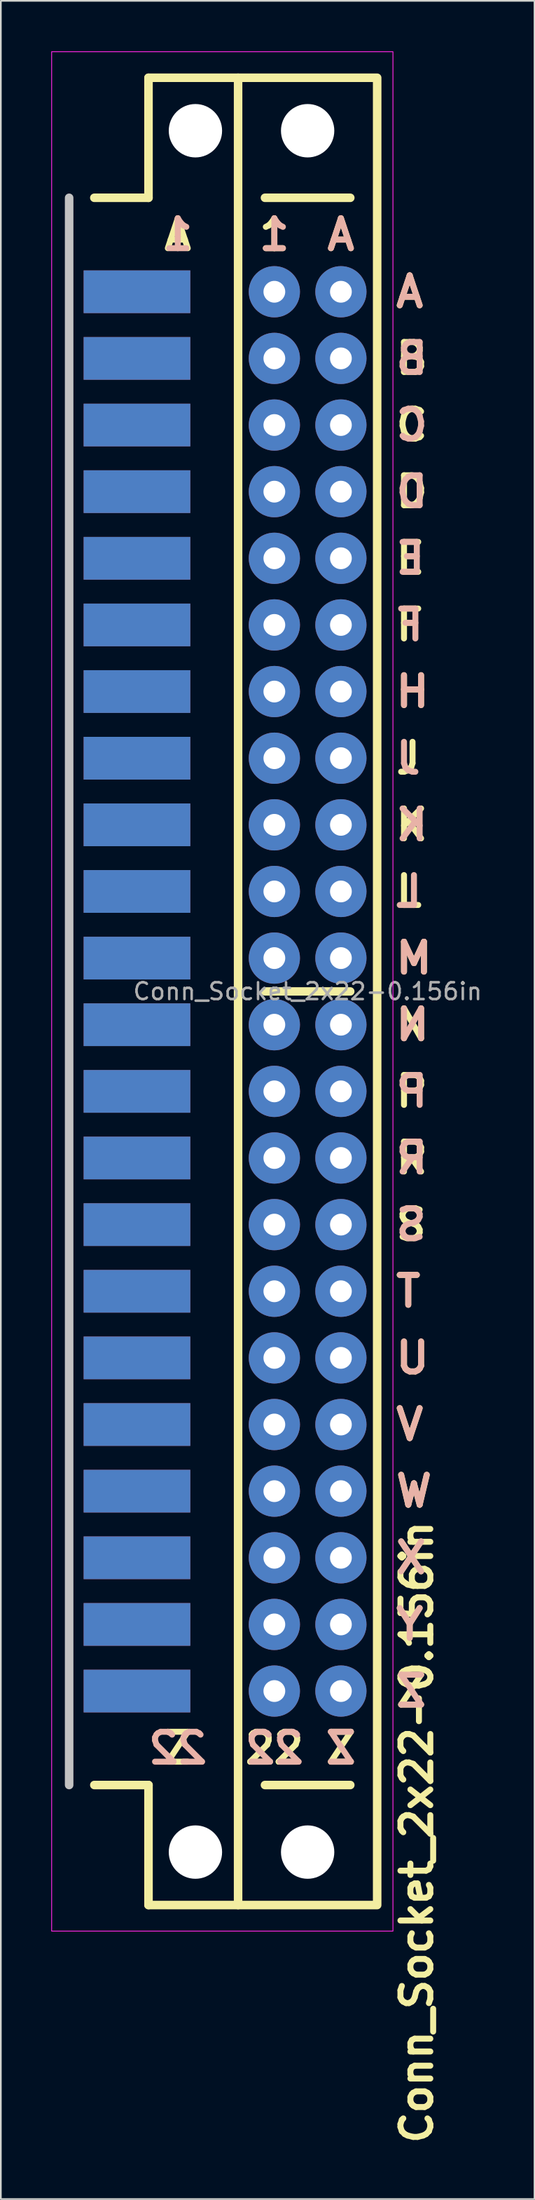
<source format=kicad_pcb>
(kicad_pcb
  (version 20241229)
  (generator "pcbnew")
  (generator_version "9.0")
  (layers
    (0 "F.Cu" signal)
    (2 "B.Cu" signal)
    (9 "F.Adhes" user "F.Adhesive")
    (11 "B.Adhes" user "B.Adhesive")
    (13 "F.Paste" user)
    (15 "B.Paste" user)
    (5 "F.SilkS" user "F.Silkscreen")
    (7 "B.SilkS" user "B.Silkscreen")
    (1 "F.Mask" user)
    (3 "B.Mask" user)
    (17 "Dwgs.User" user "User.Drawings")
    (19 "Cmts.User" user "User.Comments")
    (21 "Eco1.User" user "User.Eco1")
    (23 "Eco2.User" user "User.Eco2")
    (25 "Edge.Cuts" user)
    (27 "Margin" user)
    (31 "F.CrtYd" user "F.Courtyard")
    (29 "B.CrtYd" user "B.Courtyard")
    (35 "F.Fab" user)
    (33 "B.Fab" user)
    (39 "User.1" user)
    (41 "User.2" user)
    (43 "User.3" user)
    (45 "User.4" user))
  (footprint "Conn_Socket_2x22-0.156in"
    (layer "F.Cu")
    (at 15.265 55.905)
    (property "Reference" "Conn_Socket_2x22-0.156in" (at 6.5 50 90) (unlocked yes) (layer "F.SilkS") (effects (font (size 1.778 1.778) (thickness 0.356) (bold yes))))
    (attr through_hole)
    (fp_line (start -9.474 -54.331) (end -9.474 -47.193) (stroke (width 0.508) (type default)) (layer "F.SilkS"))
    (fp_line (start -9.474 -54.331) (end -4.14 -54.331) (stroke (width 0.508) (type default)) (layer "F.SilkS"))
    (fp_line (start -9.474 -47.193) (end -12.7 -47.193) (stroke (width 0.508) (type default)) (layer "F.SilkS"))
    (fp_line (start -9.474 47.193) (end -12.7 47.193) (stroke (width 0.508) (type default)) (layer "F.SilkS"))
    (fp_line (start -9.474 54.331) (end -9.474 47.193) (stroke (width 0.508) (type default)) (layer "F.SilkS"))
    (fp_line (start -4.14 54.331) (end -9.474 54.331) (stroke (width 0.508) (type default)) (layer "F.SilkS"))
    (fp_line (start -2.54 -47.193) (end 2.54 -47.193) (stroke (width 0.508) (type default)) (layer "F.SilkS"))
    (fp_line (start -2.54 0) (end 2.54 0) (stroke (width 0.5) (type default)) (layer "F.SilkS"))
    (fp_line (start -2.54 47.193) (end 2.54 47.193) (stroke (width 0.508) (type default)) (layer "F.SilkS"))
    (fp_rect (start -4.14 -54.331) (end 4.14 54.331) (stroke (width 0.508) (type default)) (fill no) (layer "F.SilkS"))
    (fp_line (start -14.199 -47.193) (end -14.199 47.193) (stroke (width 0.508) (type default)) (layer "Dwgs.User"))
    (fp_rect (start -15.24 -55.88) (end 5.08 55.88) (stroke (width 0.05) (type default)) (fill no) (layer "F.CrtYd"))
    (fp_text user "U" (at 5.08 21.793 0) (unlocked yes) (layer "F.SilkS") (effects (font (size 1.778 1.778) (thickness 0.356) (bold yes)) (justify left)))
    (fp_text user "A" (at -7.73 -45 0) (unlocked yes) (layer "F.SilkS") (effects (font (size 1.778 1.778) (thickness 0.356) (bold yes))))
    (fp_text user "C" (at 5.08 -33.68 0) (unlocked yes) (layer "F.SilkS") (effects (font (size 1.778 1.778) (thickness 0.356) (bold yes)) (justify left)))
    (fp_text user "F" (at 5.08 -21.793 0) (unlocked yes) (layer "F.SilkS") (effects (font (size 1.778 1.778) (thickness 0.356) (bold yes)) (justify left)))
    (fp_text user "L" (at 5.08 -5.944 0) (unlocked yes) (layer "F.SilkS") (effects (font (size 1.778 1.778) (thickness 0.356) (bold yes)) (justify left)))
    (fp_text user "X" (at 5.08 33.68 0) (unlocked yes) (layer "F.SilkS") (effects (font (size 1.778 1.778) (thickness 0.356) (bold yes)) (justify left)))
    (fp_text user "B" (at 5.08 -37.643 0) (unlocked yes) (layer "F.SilkS") (effects (font (size 1.778 1.778) (thickness 0.356) (bold yes)) (justify left)))
    (fp_text user "S" (at 5.08 13.868 0) (unlocked yes) (layer "F.SilkS") (effects (font (size 1.778 1.778) (thickness 0.356) (bold yes)) (justify left)))
    (fp_text user "A" (at 5.08 -41.605 0) (unlocked yes) (layer "F.SilkS") (effects (font (size 1.778 1.778) (thickness 0.356) (bold yes)) (justify left)))
    (fp_text user "Z" (at -7.73 45 0) (unlocked yes) (layer "F.SilkS") (effects (font (size 1.778 1.778) (thickness 0.356) (bold yes))))
    (fp_text user "W" (at 5.08 29.718 0) (unlocked yes) (layer "F.SilkS") (effects (font (size 1.778 1.778) (thickness 0.356) (bold yes)) (justify left)))
    (fp_text user "Z" (at 1.981 45 0) (unlocked yes) (layer "F.SilkS") (effects (font (size 1.778 1.778) (thickness 0.356) (bold yes))))
    (fp_text user "1" (at -1.981 -45 0) (unlocked yes) (layer "F.SilkS") (effects (font (size 1.778 1.778) (thickness 0.356) (bold yes))))
    (fp_text user "22" (at -1.981 45 0) (unlocked yes) (layer "F.SilkS") (effects (font (size 1.778 1.778) (thickness 0.356) (bold yes))))
    (fp_text user "R" (at 5.08 9.906 0) (unlocked yes) (layer "F.SilkS") (effects (font (size 1.778 1.778) (thickness 0.356) (bold yes)) (justify left)))
    (fp_text user "Z" (at 5.08 41.605 0) (unlocked yes) (layer "F.SilkS") (effects (font (size 1.778 1.778) (thickness 0.356) (bold yes)) (justify left)))
    (fp_text user "A" (at 1.981 -45 0) (unlocked yes) (layer "F.SilkS") (effects (font (size 1.778 1.778) (thickness 0.356) (bold yes))))
    (fp_text user "M" (at 5.08 -1.981 0) (unlocked yes) (layer "F.SilkS") (effects (font (size 1.778 1.778) (thickness 0.356) (bold yes)) (justify left)))
    (fp_text user "E" (at 5.08 -25.756 0) (unlocked yes) (layer "F.SilkS") (effects (font (size 1.778 1.778) (thickness 0.356) (bold yes)) (justify left)))
    (fp_text user "Y" (at 5.08 37.643 0) (unlocked yes) (layer "F.SilkS") (effects (font (size 1.778 1.778) (thickness 0.356) (bold yes)) (justify left)))
    (fp_text user "T" (at 5.08 17.831 0) (unlocked yes) (layer "F.SilkS") (effects (font (size 1.778 1.778) (thickness 0.356) (bold yes)) (justify left)))
    (fp_text user "K" (at 5.08 -9.906 0) (unlocked yes) (layer "F.SilkS") (effects (font (size 1.778 1.778) (thickness 0.356) (bold yes)) (justify left)))
    (fp_text user "J" (at 5.08 -13.868 0) (unlocked yes) (layer "F.SilkS") (effects (font (size 1.778 1.778) (thickness 0.356) (bold yes)) (justify left)))
    (fp_text user "P" (at 5.08 5.944 0) (unlocked yes) (layer "F.SilkS") (effects (font (size 1.778 1.778) (thickness 0.356) (bold yes)) (justify left)))
    (fp_text user "N" (at 5.08 1.981 0) (unlocked yes) (layer "F.SilkS") (effects (font (size 1.778 1.778) (thickness 0.356) (bold yes)) (justify left)))
    (fp_text user "H" (at 5.08 -17.831 0) (unlocked yes) (layer "F.SilkS") (effects (font (size 1.778 1.778) (thickness 0.356) (bold yes)) (justify left)))
    (fp_text user "D" (at 5.08 -29.718 0) (unlocked yes) (layer "F.SilkS") (effects (font (size 1.778 1.778) (thickness 0.356) (bold yes)) (justify left)))
    (fp_text user "V" (at 5.08 25.756 0) (unlocked yes) (layer "F.SilkS") (effects (font (size 1.778 1.778) (thickness 0.356) (bold yes)) (justify left)))
    (fp_text user "B" (at 5.08 -37.643 0) (unlocked yes) (layer "B.SilkS") (effects (font (size 1.778 1.778) (thickness 0.356) (bold yes)) (justify right mirror)))
    (fp_text user "M" (at 5.08 -1.981 0) (unlocked yes) (layer "B.SilkS") (effects (font (size 1.778 1.778) (thickness 0.356) (bold yes)) (justify right mirror)))
    (fp_text user "W" (at 5.08 29.718 0) (unlocked yes) (layer "B.SilkS") (effects (font (size 1.778 1.778) (thickness 0.356) (bold yes)) (justify right mirror)))
    (fp_text user "P" (at 5.08 5.944 0) (unlocked yes) (layer "B.SilkS") (effects (font (size 1.778 1.778) (thickness 0.356) (bold yes)) (justify right mirror)))
    (fp_text user "A" (at 1.981 -45 0) (unlocked yes) (layer "B.SilkS") (effects (font (size 1.778 1.778) (thickness 0.356) (bold yes)) (justify mirror)))
    (fp_text user "H" (at 5.08 -17.831 0) (unlocked yes) (layer "B.SilkS") (effects (font (size 1.778 1.778) (thickness 0.356) (bold yes)) (justify right mirror)))
    (fp_text user "C" (at 5.08 -33.68 0) (unlocked yes) (layer "B.SilkS") (effects (font (size 1.778 1.778) (thickness 0.356) (bold yes)) (justify right mirror)))
    (fp_text user "Z" (at 5.08 41.605 0) (unlocked yes) (layer "B.SilkS") (effects (font (size 1.778 1.778) (thickness 0.356) (bold yes)) (justify right mirror)))
    (fp_text user "1" (at -1.981 -45 0) (unlocked yes) (layer "B.SilkS") (effects (font (size 1.778 1.778) (thickness 0.356) (bold yes)) (justify mirror)))
    (fp_text user "X" (at 5.08 33.68 0) (unlocked yes) (layer "B.SilkS") (effects (font (size 1.778 1.778) (thickness 0.356) (bold yes)) (justify right mirror)))
    (fp_text user "Y" (at 5.08 37.643 0) (unlocked yes) (layer "B.SilkS") (effects (font (size 1.778 1.778) (thickness 0.356) (bold yes)) (justify right mirror)))
    (fp_text user "J" (at 5.08 -13.868 0) (unlocked yes) (layer "B.SilkS") (effects (font (size 1.778 1.778) (thickness 0.356) (bold yes)) (justify right mirror)))
    (fp_text user "U" (at 5.08 21.793 0) (unlocked yes) (layer "B.SilkS") (effects (font (size 1.778 1.778) (thickness 0.356) (bold yes)) (justify right mirror)))
    (fp_text user "R" (at 5.08 9.906 0) (unlocked yes) (layer "B.SilkS") (effects (font (size 1.778 1.778) (thickness 0.356) (bold yes)) (justify right mirror)))
    (fp_text user "L" (at 5.08 -5.944 0) (unlocked yes) (layer "B.SilkS") (effects (font (size 1.778 1.778) (thickness 0.356) (bold yes)) (justify right mirror)))
    (fp_text user "D" (at 5.08 -29.718 0) (unlocked yes) (layer "B.SilkS") (effects (font (size 1.778 1.778) (thickness 0.356) (bold yes)) (justify right mirror)))
    (fp_text user "S" (at 5.08 13.868 0) (unlocked yes) (layer "B.SilkS") (effects (font (size 1.778 1.778) (thickness 0.356) (bold yes)) (justify right mirror)))
    (fp_text user "F" (at 5.08 -21.793 0) (unlocked yes) (layer "B.SilkS") (effects (font (size 1.778 1.778) (thickness 0.356) (bold yes)) (justify right mirror)))
    (fp_text user "Z" (at 1.981 45 0) (unlocked yes) (layer "B.SilkS") (effects (font (size 1.778 1.778) (thickness 0.356) (bold yes)) (justify mirror)))
    (fp_text user "K" (at 5.08 -9.906 0) (unlocked yes) (layer "B.SilkS") (effects (font (size 1.778 1.778) (thickness 0.356) (bold yes)) (justify right mirror)))
    (fp_text user "T" (at 5.08 17.831 0) (unlocked yes) (layer "B.SilkS") (effects (font (size 1.778 1.778) (thickness 0.356) (bold yes)) (justify right mirror)))
    (fp_text user "22" (at -7.73 45 0) (unlocked yes) (layer "B.SilkS") (effects (font (size 1.778 1.778) (thickness 0.356) (bold yes)) (justify mirror)))
    (fp_text user "N" (at 5.08 1.981 0) (unlocked yes) (layer "B.SilkS") (effects (font (size 1.778 1.778) (thickness 0.356) (bold yes)) (justify right mirror)))
    (fp_text user "A" (at 5.08 -41.605 0) (unlocked yes) (layer "B.SilkS") (effects (font (size 1.778 1.778) (thickness 0.356) (bold yes)) (justify right mirror)))
    (fp_text user "E" (at 5.08 -25.756 0) (unlocked yes) (layer "B.SilkS") (effects (font (size 1.778 1.778) (thickness 0.356) (bold yes)) (justify right mirror)))
    (fp_text user "V" (at 5.08 25.756 0) (unlocked yes) (layer "B.SilkS") (effects (font (size 1.778 1.778) (thickness 0.356) (bold yes)) (justify right mirror)))
    (fp_text user "1" (at -7.73 -45 0) (unlocked yes) (layer "B.SilkS") (effects (font (size 1.778 1.778) (thickness 0.356) (bold yes)) (justify mirror)))
    (fp_text user "22" (at -1.981 45 0) (unlocked yes) (layer "B.SilkS") (effects (font (size 1.778 1.778) (thickness 0.356) (bold yes)) (justify mirror)))
    (fp_text user "${REFERENCE}" (at 0 0 0) (unlocked yes) (layer "F.Fab") (effects (font (size 1 1) (thickness 0.15))))
    (pad "" np_thru_hole circle (at -6.68 -51.181) (size 3.175 3.175) (drill 3.175) (layers "*.Cu" "*.Mask"))
    (pad "" np_thru_hole circle (at -6.68 51.181) (size 3.175 3.175) (drill 3.175) (layers "*.Cu" "*.Mask"))
    (pad "" np_thru_hole circle (at 0 -51.181) (size 3.175 3.175) (drill 3.175) (layers "*.Cu" "*.Mask"))
    (pad "" np_thru_hole circle (at 0 51.181) (size 3.175 3.175) (drill 3.175) (layers "*.Cu" "*.Mask"))
    (pad "1" connect rect (at -10.16 -41.605) (size 6.35 2.54) (layers "B.Cu" "B.Mask"))
    (pad "1" thru_hole circle (at -1.981 -41.605) (size 3.048 3.048) (drill 1.295) (layers "*.Cu" "*.Mask"))
    (pad "2" connect rect (at -10.16 -37.643) (size 6.35 2.54) (layers "B.Cu" "B.Mask"))
    (pad "2" thru_hole circle (at -1.981 -37.643) (size 3.048 3.048) (drill 1.295) (layers "*.Cu" "*.Mask"))
    (pad "3" connect rect (at -10.16 -33.68) (size 6.35 2.54) (layers "B.Cu" "B.Mask"))
    (pad "3" thru_hole circle (at -1.981 -33.68) (size 3.048 3.048) (drill 1.295) (layers "*.Cu" "*.Mask"))
    (pad "4" connect rect (at -10.16 -29.718) (size 6.35 2.54) (layers "B.Cu" "B.Mask"))
    (pad "4" thru_hole circle (at -1.981 -29.718) (size 3.048 3.048) (drill 1.295) (layers "*.Cu" "*.Mask"))
    (pad "5" connect rect (at -10.16 -25.756) (size 6.35 2.54) (layers "B.Cu" "B.Mask"))
    (pad "5" thru_hole circle (at -1.981 -25.756) (size 3.048 3.048) (drill 1.295) (layers "*.Cu" "*.Mask"))
    (pad "6" connect rect (at -10.16 -21.793) (size 6.35 2.54) (layers "B.Cu" "B.Mask"))
    (pad "6" thru_hole circle (at -1.981 -21.793) (size 3.048 3.048) (drill 1.295) (layers "*.Cu" "*.Mask"))
    (pad "7" connect rect (at -10.16 -17.831) (size 6.35 2.54) (layers "B.Cu" "B.Mask"))
    (pad "7" thru_hole circle (at -1.981 -17.831) (size 3.048 3.048) (drill 1.295) (layers "*.Cu" "*.Mask"))
    (pad "8" connect rect (at -10.16 -13.868) (size 6.35 2.54) (layers "B.Cu" "B.Mask"))
    (pad "8" thru_hole circle (at -1.981 -13.868) (size 3.048 3.048) (drill 1.295) (layers "*.Cu" "*.Mask"))
    (pad "9" connect rect (at -10.16 -9.906) (size 6.35 2.54) (layers "B.Cu" "B.Mask"))
    (pad "9" thru_hole circle (at -1.981 -9.906) (size 3.048 3.048) (drill 1.295) (layers "*.Cu" "*.Mask"))
    (pad "10" connect rect (at -10.16 -5.944) (size 6.35 2.54) (layers "B.Cu" "B.Mask"))
    (pad "10" thru_hole circle (at -1.981 -5.944) (size 3.048 3.048) (drill 1.295) (layers "*.Cu" "*.Mask"))
    (pad "11" connect rect (at -10.16 -1.981) (size 6.35 2.54) (layers "B.Cu" "B.Mask"))
    (pad "11" thru_hole circle (at -1.981 -1.981) (size 3.048 3.048) (drill 1.295) (layers "*.Cu" "*.Mask"))
    (pad "12" connect rect (at -10.16 1.981) (size 6.35 2.54) (layers "B.Cu" "B.Mask"))
    (pad "12" thru_hole circle (at -1.981 1.981) (size 3.048 3.048) (drill 1.295) (layers "*.Cu" "*.Mask"))
    (pad "13" connect rect (at -10.16 5.944) (size 6.35 2.54) (layers "B.Cu" "B.Mask"))
    (pad "13" thru_hole circle (at -1.981 5.944) (size 3.048 3.048) (drill 1.295) (layers "*.Cu" "*.Mask"))
    (pad "14" connect rect (at -10.16 9.906) (size 6.35 2.54) (layers "B.Cu" "B.Mask"))
    (pad "14" thru_hole circle (at -1.981 9.906) (size 3.048 3.048) (drill 1.295) (layers "*.Cu" "*.Mask"))
    (pad "15" connect rect (at -10.16 13.868) (size 6.35 2.54) (layers "B.Cu" "B.Mask"))
    (pad "15" thru_hole circle (at -1.981 13.868) (size 3.048 3.048) (drill 1.295) (layers "*.Cu" "*.Mask"))
    (pad "16" connect rect (at -10.16 17.831) (size 6.35 2.54) (layers "B.Cu" "B.Mask"))
    (pad "16" thru_hole circle (at -1.981 17.831) (size 3.048 3.048) (drill 1.295) (layers "*.Cu" "*.Mask"))
    (pad "17" connect rect (at -10.16 21.793) (size 6.35 2.54) (layers "B.Cu" "B.Mask"))
    (pad "17" thru_hole circle (at -1.981 21.793) (size 3.048 3.048) (drill 1.295) (layers "*.Cu" "*.Mask"))
    (pad "18" connect rect (at -10.16 25.756) (size 6.35 2.54) (layers "B.Cu" "B.Mask"))
    (pad "18" thru_hole circle (at -1.981 25.756) (size 3.048 3.048) (drill 1.295) (layers "*.Cu" "*.Mask"))
    (pad "19" connect rect (at -10.16 29.718) (size 6.35 2.54) (layers "B.Cu" "B.Mask"))
    (pad "19" thru_hole circle (at -1.981 29.718) (size 3.048 3.048) (drill 1.295) (layers "*.Cu" "*.Mask"))
    (pad "20" connect rect (at -10.16 33.68) (size 6.35 2.54) (layers "B.Cu" "B.Mask"))
    (pad "20" thru_hole circle (at -1.981 33.68) (size 3.048 3.048) (drill 1.295) (layers "*.Cu" "*.Mask"))
    (pad "21" connect rect (at -10.16 37.643) (size 6.35 2.54) (layers "B.Cu" "B.Mask"))
    (pad "21" thru_hole circle (at -1.981 37.643) (size 3.048 3.048) (drill 1.295) (layers "*.Cu" "*.Mask"))
    (pad "22" connect rect (at -10.16 41.605) (size 6.35 2.54) (layers "B.Cu" "B.Mask"))
    (pad "22" thru_hole circle (at -1.981 41.605) (size 3.048 3.048) (drill 1.295) (layers "*.Cu" "*.Mask"))
    (pad "A" connect rect (at -10.16 -41.605) (size 6.35 2.54) (layers "F.Cu" "F.Mask"))
    (pad "A" thru_hole circle (at 1.981 -41.605) (size 3.048 3.048) (drill 1.295) (layers "*.Cu" "*.Mask"))
    (pad "B" connect rect (at -10.16 -37.643) (size 6.35 2.54) (layers "F.Cu" "F.Mask"))
    (pad "B" thru_hole circle (at 1.981 -37.643) (size 3.048 3.048) (drill 1.295) (layers "*.Cu" "*.Mask"))
    (pad "C" connect rect (at -10.16 -33.68) (size 6.35 2.54) (layers "F.Cu" "F.Mask"))
    (pad "C" thru_hole circle (at 1.981 -33.68) (size 3.048 3.048) (drill 1.295) (layers "*.Cu" "*.Mask"))
    (pad "D" connect rect (at -10.16 -29.718) (size 6.35 2.54) (layers "F.Cu" "F.Mask"))
    (pad "D" thru_hole circle (at 1.981 -29.718) (size 3.048 3.048) (drill 1.295) (layers "*.Cu" "*.Mask"))
    (pad "E" connect rect (at -10.16 -25.756) (size 6.35 2.54) (layers "F.Cu" "F.Mask"))
    (pad "E" thru_hole circle (at 1.981 -25.756) (size 3.048 3.048) (drill 1.295) (layers "*.Cu" "*.Mask"))
    (pad "F" connect rect (at -10.16 -21.793) (size 6.35 2.54) (layers "F.Cu" "F.Mask"))
    (pad "F" thru_hole circle (at 1.981 -21.793) (size 3.048 3.048) (drill 1.295) (layers "*.Cu" "*.Mask"))
    (pad "H" connect rect (at -10.16 -17.831) (size 6.35 2.54) (layers "F.Cu" "F.Mask"))
    (pad "H" thru_hole circle (at 1.981 -17.831) (size 3.048 3.048) (drill 1.295) (layers "*.Cu" "*.Mask"))
    (pad "J" connect rect (at -10.16 -13.868) (size 6.35 2.54) (layers "F.Cu" "F.Mask"))
    (pad "J" thru_hole circle (at 1.981 -13.868) (size 3.048 3.048) (drill 1.295) (layers "*.Cu" "*.Mask"))
    (pad "K" connect rect (at -10.16 -9.906) (size 6.35 2.54) (layers "F.Cu" "F.Mask"))
    (pad "K" thru_hole circle (at 1.981 -9.906) (size 3.048 3.048) (drill 1.295) (layers "*.Cu" "*.Mask"))
    (pad "L" connect rect (at -10.16 -5.944) (size 6.35 2.54) (layers "F.Cu" "F.Mask"))
    (pad "L" thru_hole circle (at 1.981 -5.944) (size 3.048 3.048) (drill 1.295) (layers "*.Cu" "*.Mask"))
    (pad "M" connect rect (at -10.16 -1.981) (size 6.35 2.54) (layers "F.Cu" "F.Mask"))
    (pad "M" thru_hole circle (at 1.981 -1.981) (size 3.048 3.048) (drill 1.295) (layers "*.Cu" "*.Mask"))
    (pad "N" connect rect (at -10.16 1.981) (size 6.35 2.54) (layers "F.Cu" "F.Mask"))
    (pad "N" thru_hole circle (at 1.981 1.981) (size 3.048 3.048) (drill 1.295) (layers "*.Cu" "*.Mask"))
    (pad "P" connect rect (at -10.16 5.944) (size 6.35 2.54) (layers "F.Cu" "F.Mask"))
    (pad "P" thru_hole circle (at 1.981 5.944) (size 3.048 3.048) (drill 1.295) (layers "*.Cu" "*.Mask"))
    (pad "R" connect rect (at -10.16 9.906) (size 6.35 2.54) (layers "F.Cu" "F.Mask"))
    (pad "R" thru_hole circle (at 1.981 9.906) (size 3.048 3.048) (drill 1.295) (layers "*.Cu" "*.Mask"))
    (pad "S" connect rect (at -10.16 13.868) (size 6.35 2.54) (layers "F.Cu" "F.Mask"))
    (pad "S" thru_hole circle (at 1.981 13.868) (size 3.048 3.048) (drill 1.295) (layers "*.Cu" "*.Mask"))
    (pad "T" connect rect (at -10.16 17.831) (size 6.35 2.54) (layers "F.Cu" "F.Mask"))
    (pad "T" thru_hole circle (at 1.981 17.831) (size 3.048 3.048) (drill 1.295) (layers "*.Cu" "*.Mask"))
    (pad "U" connect rect (at -10.16 21.793) (size 6.35 2.54) (layers "F.Cu" "F.Mask"))
    (pad "U" thru_hole circle (at 1.981 21.793) (size 3.048 3.048) (drill 1.295) (layers "*.Cu" "*.Mask"))
    (pad "V" connect rect (at -10.16 25.756) (size 6.35 2.54) (layers "F.Cu" "F.Mask"))
    (pad "V" thru_hole circle (at 1.981 25.756) (size 3.048 3.048) (drill 1.295) (layers "*.Cu" "*.Mask"))
    (pad "W" connect rect (at -10.16 29.718) (size 6.35 2.54) (layers "F.Cu" "F.Mask"))
    (pad "W" thru_hole circle (at 1.981 29.718) (size 3.048 3.048) (drill 1.295) (layers "*.Cu" "*.Mask"))
    (pad "X" connect rect (at -10.16 33.68) (size 6.35 2.54) (layers "F.Cu" "F.Mask"))
    (pad "X" thru_hole circle (at 1.981 33.68) (size 3.048 3.048) (drill 1.295) (layers "*.Cu" "*.Mask"))
    (pad "Y" connect rect (at -10.16 37.643) (size 6.35 2.54) (layers "F.Cu" "F.Mask"))
    (pad "Y" thru_hole circle (at 1.981 37.643) (size 3.048 3.048) (drill 1.295) (layers "*.Cu" "*.Mask"))
    (pad "Z" connect rect (at -10.16 41.605) (size 6.35 2.54) (layers "F.Cu" "F.Mask"))
    (pad "Z" thru_hole circle (at 1.981 41.605) (size 3.048 3.048) (drill 1.295) (layers "*.Cu" "*.Mask"))
    (zone (net_name "") (layers "F.Cu" "B.Cu") (name "SMD Area") (hatch edge 0.5) (connect_pads) (min_thickness 0.25) (filled_areas_thickness no) (keepout (tracks allowed) (vias allowed) (pads allowed) (copperpour not_allowed) (footprints allowed)) (placement (enabled no)) (fill) (polygon (pts (xy 1.295 11.455) (xy 20.345 11.455) (xy 20.345 100.355) (xy 1.295 100.355)))))
  (gr_rect
    (start -3 -3)
    (end 28.771 127.718)
    (stroke (width 0.1) (type default))
    (fill no)
    (layer "Edge.Cuts")))
</source>
